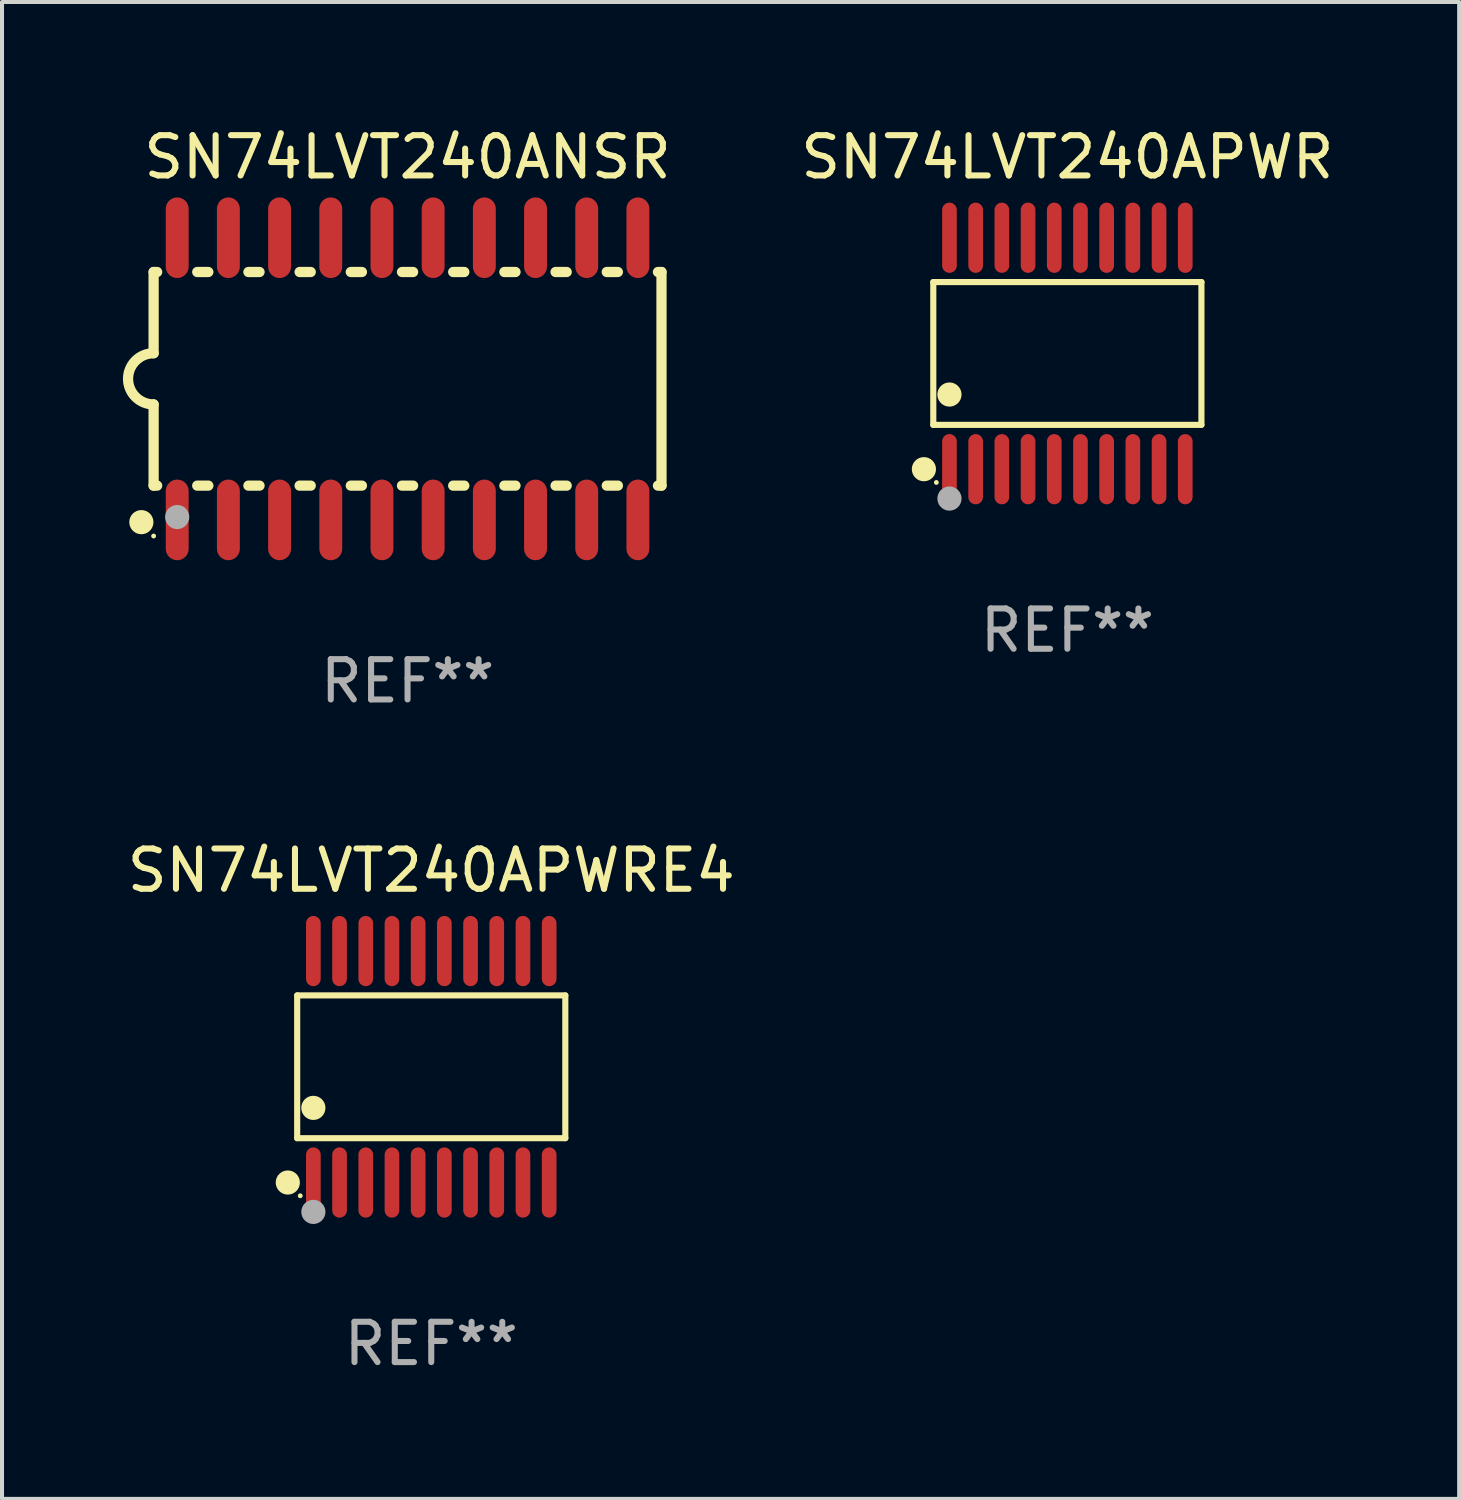
<source format=kicad_pcb>
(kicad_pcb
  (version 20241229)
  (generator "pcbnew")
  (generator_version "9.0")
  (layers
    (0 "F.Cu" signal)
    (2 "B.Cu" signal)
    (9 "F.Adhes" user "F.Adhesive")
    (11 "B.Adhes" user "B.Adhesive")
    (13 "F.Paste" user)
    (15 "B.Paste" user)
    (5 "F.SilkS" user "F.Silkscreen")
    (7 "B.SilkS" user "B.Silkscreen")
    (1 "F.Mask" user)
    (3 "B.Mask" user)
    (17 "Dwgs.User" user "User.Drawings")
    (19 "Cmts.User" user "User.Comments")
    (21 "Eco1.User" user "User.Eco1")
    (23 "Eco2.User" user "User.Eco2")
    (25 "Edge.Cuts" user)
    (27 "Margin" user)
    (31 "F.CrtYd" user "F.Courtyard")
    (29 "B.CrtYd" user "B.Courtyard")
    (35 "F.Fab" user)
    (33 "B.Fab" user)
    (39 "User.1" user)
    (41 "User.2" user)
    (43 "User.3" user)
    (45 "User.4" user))
  (footprint "SN74LVT240ANSR"
    (layer "F.Cu")
    (at 7.061 6.348)
    (property "Reference" "SN74LVT240ANSR" (at 0 -5.5 0) (layer "F.SilkS") (effects (font (size 1 1) (thickness 0.15))))
    (attr through_hole)
    (fp_line (start -6.3 -2.65) (end -6.3 -0.635) (stroke (width 0.254) (type solid)) (layer "F.SilkS"))
    (fp_line (start -6.3 -2.65) (end -6.212 -2.65) (stroke (width 0.254) (type solid)) (layer "F.SilkS"))
    (fp_line (start -6.3 2.65) (end -6.3 0.635) (stroke (width 0.254) (type solid)) (layer "F.SilkS"))
    (fp_line (start -6.3 2.65) (end -6.212 2.65) (stroke (width 0.254) (type solid)) (layer "F.SilkS"))
    (fp_line (start -5.218 -2.65) (end -4.942 -2.65) (stroke (width 0.254) (type solid)) (layer "F.SilkS"))
    (fp_line (start -5.218 2.65) (end -4.942 2.65) (stroke (width 0.254) (type solid)) (layer "F.SilkS"))
    (fp_line (start -3.948 -2.65) (end -3.672 -2.65) (stroke (width 0.254) (type solid)) (layer "F.SilkS"))
    (fp_line (start -3.948 2.65) (end -3.672 2.65) (stroke (width 0.254) (type solid)) (layer "F.SilkS"))
    (fp_line (start -2.678 -2.65) (end -2.402 -2.65) (stroke (width 0.254) (type solid)) (layer "F.SilkS"))
    (fp_line (start -2.678 2.65) (end -2.402 2.65) (stroke (width 0.254) (type solid)) (layer "F.SilkS"))
    (fp_line (start -1.408 -2.65) (end -1.132 -2.65) (stroke (width 0.254) (type solid)) (layer "F.SilkS"))
    (fp_line (start -1.408 2.65) (end -1.132 2.65) (stroke (width 0.254) (type solid)) (layer "F.SilkS"))
    (fp_line (start -0.138 -2.65) (end 0.138 -2.65) (stroke (width 0.254) (type solid)) (layer "F.SilkS"))
    (fp_line (start -0.138 2.65) (end 0.138 2.65) (stroke (width 0.254) (type solid)) (layer "F.SilkS"))
    (fp_line (start 1.132 -2.65) (end 1.408 -2.65) (stroke (width 0.254) (type solid)) (layer "F.SilkS"))
    (fp_line (start 1.132 2.65) (end 1.408 2.65) (stroke (width 0.254) (type solid)) (layer "F.SilkS"))
    (fp_line (start 2.402 -2.65) (end 2.678 -2.65) (stroke (width 0.254) (type solid)) (layer "F.SilkS"))
    (fp_line (start 2.402 2.65) (end 2.678 2.65) (stroke (width 0.254) (type solid)) (layer "F.SilkS"))
    (fp_line (start 3.672 -2.65) (end 3.948 -2.65) (stroke (width 0.254) (type solid)) (layer "F.SilkS"))
    (fp_line (start 3.672 2.65) (end 3.948 2.65) (stroke (width 0.254) (type solid)) (layer "F.SilkS"))
    (fp_line (start 4.942 -2.65) (end 5.218 -2.65) (stroke (width 0.254) (type solid)) (layer "F.SilkS"))
    (fp_line (start 4.942 2.65) (end 5.218 2.65) (stroke (width 0.254) (type solid)) (layer "F.SilkS"))
    (fp_line (start 6.212 -2.65) (end 6.3 -2.65) (stroke (width 0.254) (type solid)) (layer "F.SilkS"))
    (fp_line (start 6.212 2.65) (end 6.3 2.65) (stroke (width 0.254) (type solid)) (layer "F.SilkS"))
    (fp_line (start 6.3 -2.65) (end 6.3 2.65) (stroke (width 0.254) (type solid)) (layer "F.SilkS"))
    (fp_arc (start -6.299975 0.634874) (mid -6.933579 0.000127) (end -6.299213 -0.633858) (stroke (width 0.254001) (type solid)) (layer "F.SilkS"))
    (fp_circle (center -6.604 3.556) (end -6.454 3.556) (stroke (width 0.3) (type solid)) (fill no) (layer "F.SilkS"))
    (fp_circle (center -6.3 3.9) (end -6.27 3.9) (stroke (width 0.06) (type solid)) (fill no) (layer "F.SilkS"))
    (fp_circle (center -5.715 3.429) (end -5.565 3.429) (stroke (width 0.3) (type solid)) (fill no) (layer "F.Fab"))
    (fp_text user "REF**" (at 0 7.5 0) (layer "F.Fab") (effects (font (size 1 1) (thickness 0.15))))
    (pad "1" smd oval (at -5.715 3.5) (size 0.568 2) (layers "F.Cu" "F.Mask" "F.Paste"))
    (pad "2" smd oval (at -4.445 3.5) (size 0.568 2) (layers "F.Cu" "F.Mask" "F.Paste"))
    (pad "3" smd oval (at -3.175 3.5) (size 0.568 2) (layers "F.Cu" "F.Mask" "F.Paste"))
    (pad "4" smd oval (at -1.905 3.5) (size 0.568 2) (layers "F.Cu" "F.Mask" "F.Paste"))
    (pad "5" smd oval (at -0.635 3.5) (size 0.568 2) (layers "F.Cu" "F.Mask" "F.Paste"))
    (pad "6" smd oval (at 0.635 3.5) (size 0.568 2) (layers "F.Cu" "F.Mask" "F.Paste"))
    (pad "7" smd oval (at 1.905 3.5) (size 0.568 2) (layers "F.Cu" "F.Mask" "F.Paste"))
    (pad "8" smd oval (at 3.175 3.5) (size 0.568 2) (layers "F.Cu" "F.Mask" "F.Paste"))
    (pad "9" smd oval (at 4.445 3.5) (size 0.568 2) (layers "F.Cu" "F.Mask" "F.Paste"))
    (pad "10" smd oval (at 5.715 3.5) (size 0.568 2) (layers "F.Cu" "F.Mask" "F.Paste"))
    (pad "11" smd oval (at 5.715 -3.5) (size 0.568 2) (layers "F.Cu" "F.Mask" "F.Paste"))
    (pad "12" smd oval (at 4.445 -3.5) (size 0.568 2) (layers "F.Cu" "F.Mask" "F.Paste"))
    (pad "13" smd oval (at 3.175 -3.5) (size 0.568 2) (layers "F.Cu" "F.Mask" "F.Paste"))
    (pad "14" smd oval (at 1.905 -3.5) (size 0.568 2) (layers "F.Cu" "F.Mask" "F.Paste"))
    (pad "15" smd oval (at 0.635 -3.5) (size 0.568 2) (layers "F.Cu" "F.Mask" "F.Paste"))
    (pad "16" smd oval (at -0.635 -3.5) (size 0.568 2) (layers "F.Cu" "F.Mask" "F.Paste"))
    (pad "17" smd oval (at -1.905 -3.5) (size 0.568 2) (layers "F.Cu" "F.Mask" "F.Paste"))
    (pad "18" smd oval (at -3.175 -3.5) (size 0.568 2) (layers "F.Cu" "F.Mask" "F.Paste"))
    (pad "19" smd oval (at -4.445 -3.5) (size 0.568 2) (layers "F.Cu" "F.Mask" "F.Paste"))
    (pad "20" smd oval (at -5.715 -3.5) (size 0.568 2) (layers "F.Cu" "F.Mask" "F.Paste")))
  (footprint "SN74LVT240APWR"
    (layer "F.Cu")
    (at 23.43 5.719)
    (property "Reference" "SN74LVT240APWR" (at 0 -4.871 0) (layer "F.SilkS") (effects (font (size 1 1) (thickness 0.15))))
    (attr through_hole)
    (fp_line (start -3.326 -1.771) (end 3.326 -1.771) (stroke (width 0.152) (type solid)) (layer "F.SilkS"))
    (fp_line (start -3.326 1.771) (end -3.326 -1.771) (stroke (width 0.152) (type solid)) (layer "F.SilkS"))
    (fp_line (start 3.326 -1.771) (end 3.326 1.771) (stroke (width 0.152) (type solid)) (layer "F.SilkS"))
    (fp_line (start 3.326 1.771) (end -3.326 1.771) (stroke (width 0.152) (type solid)) (layer "F.SilkS"))
    (fp_circle (center -3.559 2.871) (end -3.409 2.871) (stroke (width 0.3) (type solid)) (fill no) (layer "F.SilkS"))
    (fp_circle (center -3.25 3.2) (end -3.22 3.2) (stroke (width 0.06) (type solid)) (fill no) (layer "F.SilkS"))
    (fp_circle (center -2.925 1.019) (end -2.775 1.019) (stroke (width 0.3) (type solid)) (fill no) (layer "F.SilkS"))
    (fp_circle (center -2.925 3.6) (end -2.775 3.6) (stroke (width 0.3) (type solid)) (fill no) (layer "F.Fab"))
    (fp_text user "REF**" (at 0 6.871 0) (layer "F.Fab") (effects (font (size 1 1) (thickness 0.15))))
    (pad "1" smd oval (at -2.925 2.871) (size 0.364 1.742) (layers "F.Cu" "F.Mask" "F.Paste"))
    (pad "2" smd oval (at -2.275 2.871) (size 0.364 1.742) (layers "F.Cu" "F.Mask" "F.Paste"))
    (pad "3" smd oval (at -1.625 2.871) (size 0.364 1.742) (layers "F.Cu" "F.Mask" "F.Paste"))
    (pad "4" smd oval (at -0.975 2.871) (size 0.364 1.742) (layers "F.Cu" "F.Mask" "F.Paste"))
    (pad "5" smd oval (at -0.325 2.871) (size 0.364 1.742) (layers "F.Cu" "F.Mask" "F.Paste"))
    (pad "6" smd oval (at 0.325 2.871) (size 0.364 1.742) (layers "F.Cu" "F.Mask" "F.Paste"))
    (pad "7" smd oval (at 0.975 2.871) (size 0.364 1.742) (layers "F.Cu" "F.Mask" "F.Paste"))
    (pad "8" smd oval (at 1.625 2.871) (size 0.364 1.742) (layers "F.Cu" "F.Mask" "F.Paste"))
    (pad "9" smd oval (at 2.275 2.871) (size 0.364 1.742) (layers "F.Cu" "F.Mask" "F.Paste"))
    (pad "10" smd oval (at 2.925 2.871) (size 0.364 1.742) (layers "F.Cu" "F.Mask" "F.Paste"))
    (pad "11" smd oval (at 2.925 -2.871) (size 0.364 1.742) (layers "F.Cu" "F.Mask" "F.Paste"))
    (pad "12" smd oval (at 2.275 -2.871) (size 0.364 1.742) (layers "F.Cu" "F.Mask" "F.Paste"))
    (pad "13" smd oval (at 1.625 -2.871) (size 0.364 1.742) (layers "F.Cu" "F.Mask" "F.Paste"))
    (pad "14" smd oval (at 0.975 -2.871) (size 0.364 1.742) (layers "F.Cu" "F.Mask" "F.Paste"))
    (pad "15" smd oval (at 0.325 -2.871) (size 0.364 1.742) (layers "F.Cu" "F.Mask" "F.Paste"))
    (pad "16" smd oval (at -0.325 -2.871) (size 0.364 1.742) (layers "F.Cu" "F.Mask" "F.Paste"))
    (pad "17" smd oval (at -0.975 -2.871) (size 0.364 1.742) (layers "F.Cu" "F.Mask" "F.Paste"))
    (pad "18" smd oval (at -1.625 -2.871) (size 0.364 1.742) (layers "F.Cu" "F.Mask" "F.Paste"))
    (pad "19" smd oval (at -2.275 -2.871) (size 0.364 1.742) (layers "F.Cu" "F.Mask" "F.Paste"))
    (pad "20" smd oval (at -2.925 -2.871) (size 0.364 1.742) (layers "F.Cu" "F.Mask" "F.Paste")))
  (footprint "SN74LVT240APWRE4"
    (layer "F.Cu")
    (at 7.649 23.416)
    (property "Reference" "SN74LVT240APWRE4" (at 0 -4.871 0) (layer "F.SilkS") (effects (font (size 1 1) (thickness 0.15))))
    (attr through_hole)
    (fp_line (start -3.326 -1.771) (end 3.326 -1.771) (stroke (width 0.152) (type solid)) (layer "F.SilkS"))
    (fp_line (start -3.326 1.771) (end -3.326 -1.771) (stroke (width 0.152) (type solid)) (layer "F.SilkS"))
    (fp_line (start 3.326 -1.771) (end 3.326 1.771) (stroke (width 0.152) (type solid)) (layer "F.SilkS"))
    (fp_line (start 3.326 1.771) (end -3.326 1.771) (stroke (width 0.152) (type solid)) (layer "F.SilkS"))
    (fp_circle (center -3.559 2.871) (end -3.409 2.871) (stroke (width 0.3) (type solid)) (fill no) (layer "F.SilkS"))
    (fp_circle (center -3.25 3.2) (end -3.22 3.2) (stroke (width 0.06) (type solid)) (fill no) (layer "F.SilkS"))
    (fp_circle (center -2.925 1.019) (end -2.775 1.019) (stroke (width 0.3) (type solid)) (fill no) (layer "F.SilkS"))
    (fp_circle (center -2.925 3.6) (end -2.775 3.6) (stroke (width 0.3) (type solid)) (fill no) (layer "F.Fab"))
    (fp_text user "REF**" (at 0 6.871 0) (layer "F.Fab") (effects (font (size 1 1) (thickness 0.15))))
    (pad "1" smd oval (at -2.925 2.871) (size 0.364 1.742) (layers "F.Cu" "F.Mask" "F.Paste"))
    (pad "2" smd oval (at -2.275 2.871) (size 0.364 1.742) (layers "F.Cu" "F.Mask" "F.Paste"))
    (pad "3" smd oval (at -1.625 2.871) (size 0.364 1.742) (layers "F.Cu" "F.Mask" "F.Paste"))
    (pad "4" smd oval (at -0.975 2.871) (size 0.364 1.742) (layers "F.Cu" "F.Mask" "F.Paste"))
    (pad "5" smd oval (at -0.325 2.871) (size 0.364 1.742) (layers "F.Cu" "F.Mask" "F.Paste"))
    (pad "6" smd oval (at 0.325 2.871) (size 0.364 1.742) (layers "F.Cu" "F.Mask" "F.Paste"))
    (pad "7" smd oval (at 0.975 2.871) (size 0.364 1.742) (layers "F.Cu" "F.Mask" "F.Paste"))
    (pad "8" smd oval (at 1.625 2.871) (size 0.364 1.742) (layers "F.Cu" "F.Mask" "F.Paste"))
    (pad "9" smd oval (at 2.275 2.871) (size 0.364 1.742) (layers "F.Cu" "F.Mask" "F.Paste"))
    (pad "10" smd oval (at 2.925 2.871) (size 0.364 1.742) (layers "F.Cu" "F.Mask" "F.Paste"))
    (pad "11" smd oval (at 2.925 -2.871) (size 0.364 1.742) (layers "F.Cu" "F.Mask" "F.Paste"))
    (pad "12" smd oval (at 2.275 -2.871) (size 0.364 1.742) (layers "F.Cu" "F.Mask" "F.Paste"))
    (pad "13" smd oval (at 1.625 -2.871) (size 0.364 1.742) (layers "F.Cu" "F.Mask" "F.Paste"))
    (pad "14" smd oval (at 0.975 -2.871) (size 0.364 1.742) (layers "F.Cu" "F.Mask" "F.Paste"))
    (pad "15" smd oval (at 0.325 -2.871) (size 0.364 1.742) (layers "F.Cu" "F.Mask" "F.Paste"))
    (pad "16" smd oval (at -0.325 -2.871) (size 0.364 1.742) (layers "F.Cu" "F.Mask" "F.Paste"))
    (pad "17" smd oval (at -0.975 -2.871) (size 0.364 1.742) (layers "F.Cu" "F.Mask" "F.Paste"))
    (pad "18" smd oval (at -1.625 -2.871) (size 0.364 1.742) (layers "F.Cu" "F.Mask" "F.Paste"))
    (pad "19" smd oval (at -2.275 -2.871) (size 0.364 1.742) (layers "F.Cu" "F.Mask" "F.Paste"))
    (pad "20" smd oval (at -2.925 -2.871) (size 0.364 1.742) (layers "F.Cu" "F.Mask" "F.Paste")))
  (gr_rect
    (start -3 -3)
    (end 33.15 34.135)
    (stroke (width 0.1) (type default))
    (fill no)
    (layer "Edge.Cuts")))
</source>
